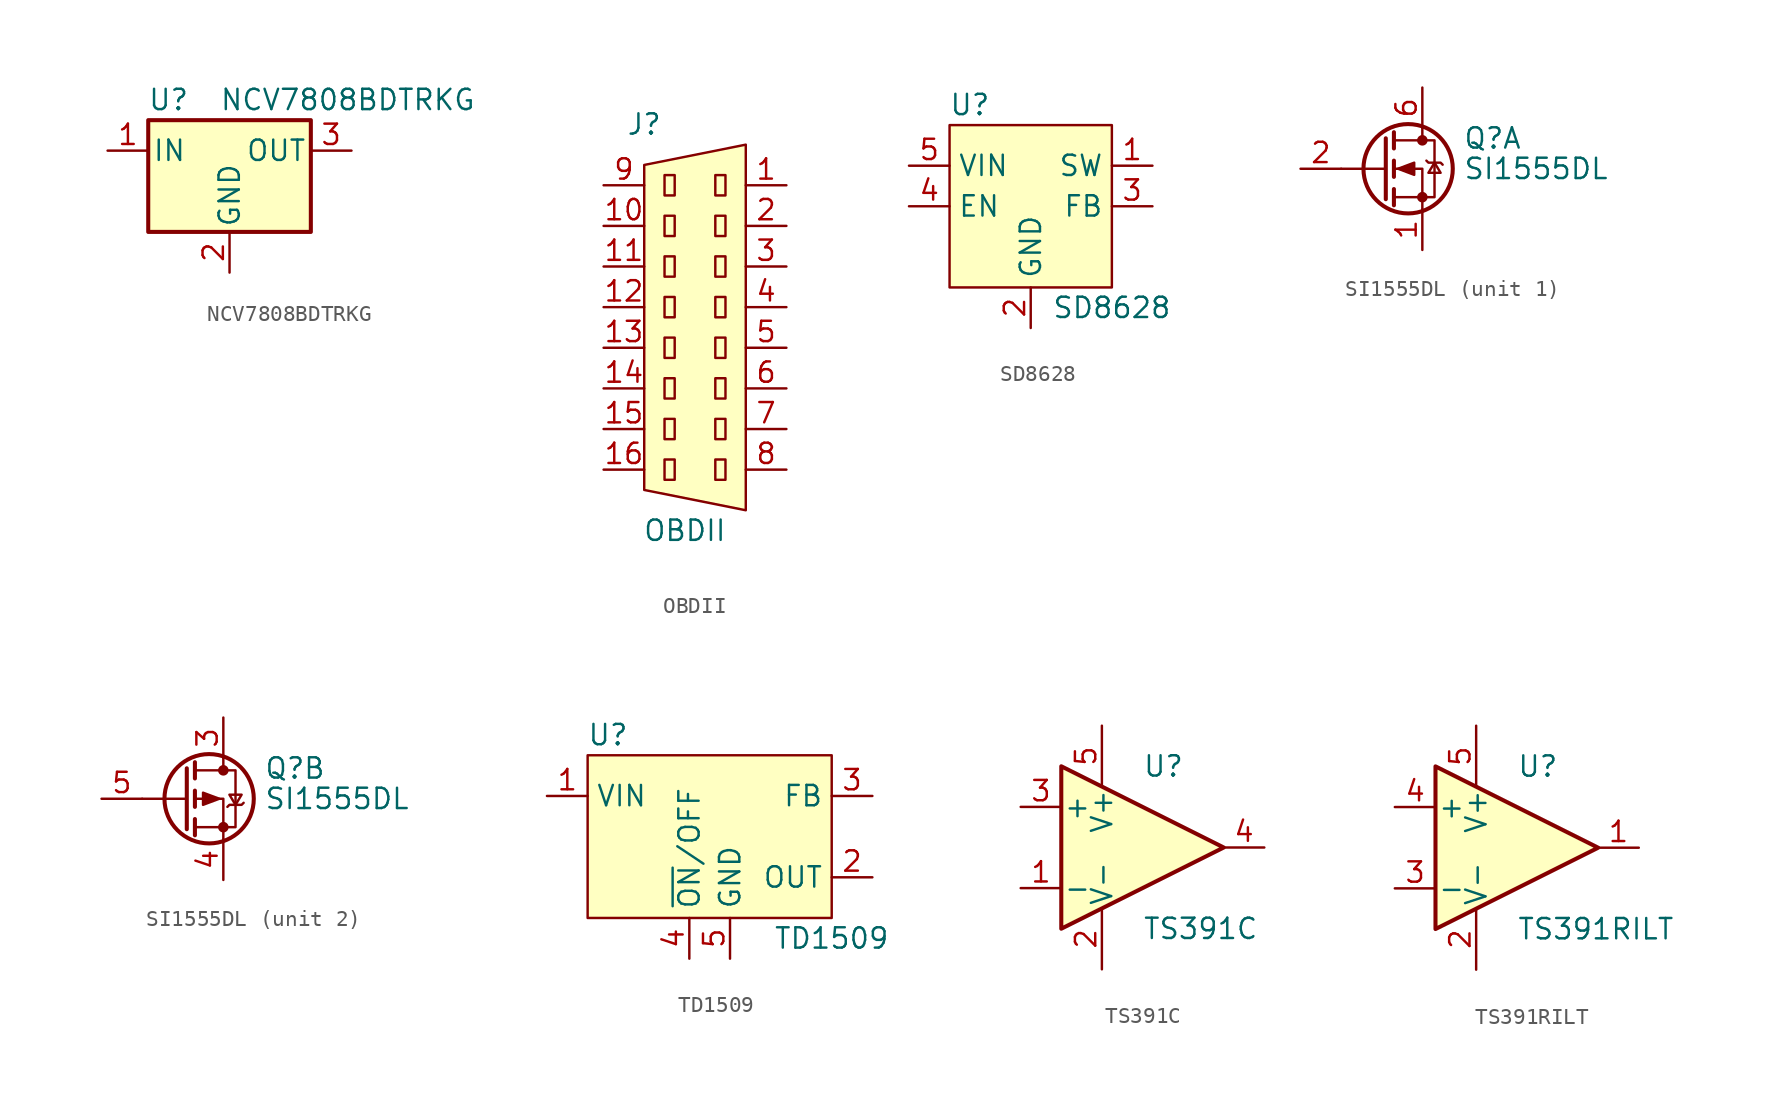
<source format=kicad_sym>
(kicad_symbol_lib
  (version 20211014)
  (generator kicad_symbol_editor)
  (symbol "NCV7808BDTRKG"
    (pin_names
      (offset 0.254))
    (property "Reference" "U"
      (at -3.81 3.175 0)
      (effects (font (size 1.27 1.27))))
    (property "Value" "NCV7808BDTRKG"
      (at -0.635 3.175 0)
      (effects (font (size 1.27 1.27)) (justify left)))
    (symbol "NCV7808BDTRKG_0_1"
      (rectangle (start -5.08 1.905) (end 5.08 -5.08) (stroke (width 0.254) (type default) (color 0 0 0 0)) (fill (type background))))
    (symbol "NCV7808BDTRKG_1_1"
      (pin power_in line (at -7.62 0 0) (length 2.54) (name "IN" (effects (font (size 1.27 1.27)))) (number "1" (effects (font (size 1.27 1.27)))))
      (pin power_in line (at 0 -7.62 90) (length 2.54) (name "GND" (effects (font (size 1.27 1.27)))) (number "2" (effects (font (size 1.27 1.27)))))
      (pin power_out line (at 7.62 0 180) (length 2.54) (name "OUT" (effects (font (size 1.27 1.27)))) (number "3" (effects (font (size 1.27 1.27)))))))
  (symbol "OBDII"
    (property "Reference" "J"
      (at -1.27 16.51 0)
      (effects (font (size 1.27 1.27))))
    (property "Value" "OBDII"
      (at 1.27 -8.89 0)
      (effects (font (size 1.27 1.27))))
    (symbol "OBDII_0_1"
      (rectangle (start 0 -4.445) (end 0.635 -5.715) (stroke (width 0) (type default) (color 0 0 0 0)) (fill (type none)))
      (rectangle (start 0 -1.905) (end 0.635 -3.175) (stroke (width 0) (type default) (color 0 0 0 0)) (fill (type none)))
      (polyline (pts (xy -1.27 13.97) (xy -1.27 -6.35) (xy 5.08 -7.62) (xy 5.08 15.24) (xy -1.27 13.97)) (stroke (width 0) (type default) (color 0 0 0 0)) (fill (type background)))
      (rectangle (start 0 0.635) (end 0.635 -0.635) (stroke (width 0) (type default) (color 0 0 0 0)) (fill (type none)))
      (rectangle (start 0 3.175) (end 0.635 1.905) (stroke (width 0) (type default) (color 0 0 0 0)) (fill (type none)))
      (rectangle (start 0 5.715) (end 0.635 4.445) (stroke (width 0) (type default) (color 0 0 0 0)) (fill (type none)))
      (rectangle (start 0 8.255) (end 0.635 6.985) (stroke (width 0) (type default) (color 0 0 0 0)) (fill (type none)))
      (rectangle (start 0 10.795) (end 0.635 9.525) (stroke (width 0) (type default) (color 0 0 0 0)) (fill (type none)))
      (rectangle (start 0 13.335) (end 0.635 12.065) (stroke (width 0) (type default) (color 0 0 0 0)) (fill (type none)))
      (rectangle (start 3.81 -4.445) (end 3.175 -5.715) (stroke (width 0) (type default) (color 0 0 0 0)) (fill (type none)))
      (rectangle (start 3.81 -1.905) (end 3.175 -3.175) (stroke (width 0) (type default) (color 0 0 0 0)) (fill (type none)))
      (rectangle (start 3.81 0.635) (end 3.175 -0.635) (stroke (width 0) (type default) (color 0 0 0 0)) (fill (type none)))
      (rectangle (start 3.81 3.175) (end 3.175 1.905) (stroke (width 0) (type default) (color 0 0 0 0)) (fill (type none)))
      (rectangle (start 3.81 5.715) (end 3.175 4.445) (stroke (width 0) (type default) (color 0 0 0 0)) (fill (type none)))
      (rectangle (start 3.81 8.255) (end 3.175 6.985) (stroke (width 0) (type default) (color 0 0 0 0)) (fill (type none)))
      (rectangle (start 3.81 10.795) (end 3.175 9.525) (stroke (width 0) (type default) (color 0 0 0 0)) (fill (type none)))
      (rectangle (start 3.81 13.335) (end 3.175 12.065) (stroke (width 0) (type default) (color 0 0 0 0)) (fill (type none))))
    (symbol "OBDII_1_1"
      (pin passive line (at 7.62 12.7 180) (length 2.54) (name "" (effects (font (size 1.27 1.27)))) (number "1" (effects (font (size 1.27 1.27)))))
      (pin passive line (at -3.81 10.16 0) (length 2.54) (name "" (effects (font (size 1.27 1.27)))) (number "10" (effects (font (size 1.27 1.27)))))
      (pin passive line (at -3.81 7.62 0) (length 2.54) (name "" (effects (font (size 1.27 1.27)))) (number "11" (effects (font (size 1.27 1.27)))))
      (pin passive line (at -3.81 5.08 0) (length 2.54) (name "" (effects (font (size 1.27 1.27)))) (number "12" (effects (font (size 1.27 1.27)))))
      (pin passive line (at -3.81 2.54 0) (length 2.54) (name "" (effects (font (size 1.27 1.27)))) (number "13" (effects (font (size 1.27 1.27)))))
      (pin passive line (at -3.81 0 0) (length 2.54) (name "" (effects (font (size 1.27 1.27)))) (number "14" (effects (font (size 1.27 1.27)))))
      (pin passive line (at -3.81 -2.54 0) (length 2.54) (name "" (effects (font (size 1.27 1.27)))) (number "15" (effects (font (size 1.27 1.27)))))
      (pin passive line (at -3.81 -5.08 0) (length 2.54) (name "" (effects (font (size 1.27 1.27)))) (number "16" (effects (font (size 1.27 1.27)))))
      (pin passive line (at 7.62 10.16 180) (length 2.54) (name "" (effects (font (size 1.27 1.27)))) (number "2" (effects (font (size 1.27 1.27)))))
      (pin passive line (at 7.62 7.62 180) (length 2.54) (name "" (effects (font (size 1.27 1.27)))) (number "3" (effects (font (size 1.27 1.27)))))
      (pin passive line (at 7.62 5.08 180) (length 2.54) (name "" (effects (font (size 1.27 1.27)))) (number "4" (effects (font (size 1.27 1.27)))))
      (pin passive line (at 7.62 2.54 180) (length 2.54) (name "" (effects (font (size 1.27 1.27)))) (number "5" (effects (font (size 1.27 1.27)))))
      (pin passive line (at 7.62 0 180) (length 2.54) (name "" (effects (font (size 1.27 1.27)))) (number "6" (effects (font (size 1.27 1.27)))))
      (pin passive line (at 7.62 -2.54 180) (length 2.54) (name "" (effects (font (size 1.27 1.27)))) (number "7" (effects (font (size 1.27 1.27)))))
      (pin passive line (at 7.62 -5.08 180) (length 2.54) (name "" (effects (font (size 1.27 1.27)))) (number "8" (effects (font (size 1.27 1.27)))))
      (pin passive line (at -3.81 12.7 0) (length 2.54) (name "" (effects (font (size 1.27 1.27)))) (number "9" (effects (font (size 1.27 1.27)))))))
  (symbol "SD8628"
    (property "Reference" "U"
      (at 1.27 11.43 0)
      (effects (font (size 1.27 1.27))))
    (property "Value" "SD8628"
      (at 10.16 -1.27 0)
      (effects (font (size 1.27 1.27))))
    (symbol "SD8628_0_1"
      (rectangle (start 0 0) (end 10.16 10.16) (stroke (width 0) (type default) (color 0 0 0 0)) (fill (type background))))
    (symbol "SD8628_1_1"
      (pin power_out line (at 12.7 7.62 180) (length 2.54) (name "SW" (effects (font (size 1.27 1.27)))) (number "1" (effects (font (size 1.27 1.27)))))
      (pin power_in line (at 5.08 -2.54 90) (length 2.54) (name "GND" (effects (font (size 1.27 1.27)))) (number "2" (effects (font (size 1.27 1.27)))))
      (pin input line (at 12.7 5.08 180) (length 2.54) (name "FB" (effects (font (size 1.27 1.27)))) (number "3" (effects (font (size 1.27 1.27)))))
      (pin input line (at -2.54 5.08 0) (length 2.54) (name "EN" (effects (font (size 1.27 1.27)))) (number "4" (effects (font (size 1.27 1.27)))))
      (pin power_in line (at -2.54 7.62 0) (length 2.54) (name "VIN" (effects (font (size 1.27 1.27)))) (number "5" (effects (font (size 1.27 1.27)))))))
  (symbol "SI1555DL"
    (pin_names hide)
    (property "Reference" "Q"
      (at 5.08 1.905 0)
      (effects (font (size 1.27 1.27)) (justify left)))
    (property "Value" "SI1555DL"
      (at 5.08 0 0)
      (effects (font (size 1.27 1.27)) (justify left)))
    (symbol "SI1555DL_0_1"
      (polyline (pts (xy 0.254 0) (xy -2.54 0)) (stroke (width 0) (type default) (color 0 0 0 0)) (fill (type none)))
      (polyline (pts (xy 0.254 1.905) (xy 0.254 -1.905)) (stroke (width 0.254) (type default) (color 0 0 0 0)) (fill (type none)))
      (polyline (pts (xy 0.762 -1.27) (xy 0.762 -2.286)) (stroke (width 0.254) (type default) (color 0 0 0 0)) (fill (type none)))
      (polyline (pts (xy 0.762 0.508) (xy 0.762 -0.508)) (stroke (width 0.254) (type default) (color 0 0 0 0)) (fill (type none)))
      (polyline (pts (xy 0.762 2.286) (xy 0.762 1.27)) (stroke (width 0.254) (type default) (color 0 0 0 0)) (fill (type none)))
      (polyline (pts (xy 2.54 2.54) (xy 2.54 1.778)) (stroke (width 0) (type default) (color 0 0 0 0)) (fill (type none)))
      (polyline (pts (xy 2.54 -2.54) (xy 2.54 0) (xy 0.762 0)) (stroke (width 0) (type default) (color 0 0 0 0)) (fill (type none)))
      (polyline (pts (xy 0.762 -1.778) (xy 3.302 -1.778) (xy 3.302 1.778) (xy 0.762 1.778)) (stroke (width 0) (type default) (color 0 0 0 0)) (fill (type none)))
      (circle (center 1.651 0) (radius 2.794) (stroke (width 0.254) (type default) (color 0 0 0 0)) (fill (type none)))
      (circle (center 2.54 -1.778) (radius 0.254) (stroke (width 0) (type default) (color 0 0 0 0)) (fill (type outline)))
      (circle (center 2.54 1.778) (radius 0.254) (stroke (width 0) (type default) (color 0 0 0 0)) (fill (type outline))))
    (symbol "SI1555DL_1_1"
      (polyline (pts (xy 1.016 0) (xy 2.032 0.381) (xy 2.032 -0.381) (xy 1.016 0)) (stroke (width 0) (type default) (color 0 0 0 0)) (fill (type outline)))
      (polyline (pts (xy 2.794 0.508) (xy 2.921 0.381) (xy 3.683 0.381) (xy 3.81 0.254)) (stroke (width 0) (type default) (color 0 0 0 0)) (fill (type none)))
      (polyline (pts (xy 3.302 0.381) (xy 2.921 -0.254) (xy 3.683 -0.254) (xy 3.302 0.381)) (stroke (width 0) (type default) (color 0 0 0 0)) (fill (type none)))
      (pin passive line (at 2.54 -5.08 90) (length 2.54) (name "S" (effects (font (size 1.27 1.27)))) (number "1" (effects (font (size 1.27 1.27)))))
      (pin input line (at -5.08 0 0) (length 2.54) (name "G" (effects (font (size 1.27 1.27)))) (number "2" (effects (font (size 1.27 1.27)))))
      (pin passive line (at 2.54 5.08 270) (length 2.54) (name "D" (effects (font (size 1.27 1.27)))) (number "6" (effects (font (size 1.27 1.27))))))
    (symbol "SI1555DL_2_1"
      (polyline (pts (xy 2.286 0) (xy 1.27 0.381) (xy 1.27 -0.381) (xy 2.286 0)) (stroke (width 0) (type default) (color 0 0 0 0)) (fill (type outline)))
      (polyline (pts (xy 2.794 -0.508) (xy 2.921 -0.381) (xy 3.683 -0.381) (xy 3.81 -0.254)) (stroke (width 0) (type default) (color 0 0 0 0)) (fill (type none)))
      (polyline (pts (xy 3.302 -0.381) (xy 2.921 0.254) (xy 3.683 0.254) (xy 3.302 -0.381)) (stroke (width 0) (type default) (color 0 0 0 0)) (fill (type none)))
      (pin passive line (at 2.54 5.08 270) (length 2.54) (name "D" (effects (font (size 1.27 1.27)))) (number "3" (effects (font (size 1.27 1.27)))))
      (pin passive line (at 2.54 -5.08 90) (length 2.54) (name "1" (effects (font (size 1.27 1.27)))) (number "4" (effects (font (size 1.27 1.27)))))
      (pin input line (at -5.08 0 0) (length 2.54) (name "G" (effects (font (size 1.27 1.27)))) (number "5" (effects (font (size 1.27 1.27)))))))
  (symbol "TD1509"
    (property "Reference" "U"
      (at -1.27 11.43 0)
      (effects (font (size 1.27 1.27))))
    (property "Value" "TD1509"
      (at 12.7 -1.27 0)
      (effects (font (size 1.27 1.27))))
    (symbol "TD1509_0_1"
      (rectangle (start -2.54 0) (end 12.7 10.16) (stroke (width 0) (type default) (color 0 0 0 0)) (fill (type background))))
    (symbol "TD1509_1_1"
      (pin power_in line (at -5.08 7.62 0) (length 2.54) (name "VIN" (effects (font (size 1.27 1.27)))) (number "1" (effects (font (size 1.27 1.27)))))
      (pin power_out line (at 15.24 2.54 180) (length 2.54) (name "OUT" (effects (font (size 1.27 1.27)))) (number "2" (effects (font (size 1.27 1.27)))))
      (pin input line (at 15.24 7.62 180) (length 2.54) (name "FB" (effects (font (size 1.27 1.27)))) (number "3" (effects (font (size 1.27 1.27)))))
      (pin input line (at 3.81 -2.54 90) (length 2.54) (name "~{ON}/OFF" (effects (font (size 1.27 1.27)))) (number "4" (effects (font (size 1.27 1.27)))))
      (pin power_in line (at 6.35 -2.54 90) (length 2.54) (name "GND" (effects (font (size 1.27 1.27)))) (number "5" (effects (font (size 1.27 1.27)))))))
  (symbol "TS391C"
    (pin_names
      (offset 0.127))
    (property "Reference" "U"
      (at 0 5.08 0)
      (effects (font (size 1.27 1.27)) (justify left)))
    (property "Value" "TS391C"
      (at 0 -5.08 0)
      (effects (font (size 1.27 1.27)) (justify left)))
    (symbol "TS391C_0_1"
      (polyline (pts (xy -5.08 5.08) (xy 5.08 0) (xy -5.08 -5.08) (xy -5.08 5.08)) (stroke (width 0.254) (type default) (color 0 0 0 0)) (fill (type background)))
      (pin power_in line (at -2.54 -7.62 90) (length 3.81) (name "V-" (effects (font (size 1.27 1.27)))) (number "2" (effects (font (size 1.27 1.27)))))
      (pin power_in line (at -2.54 7.62 270) (length 3.81) (name "V+" (effects (font (size 1.27 1.27)))) (number "5" (effects (font (size 1.27 1.27))))))
    (symbol "TS391C_1_1"
      (pin input line (at -7.62 -2.54 0) (length 2.54) (name "-" (effects (font (size 1.27 1.27)))) (number "1" (effects (font (size 1.27 1.27)))))
      (pin input line (at -7.62 2.54 0) (length 2.54) (name "+" (effects (font (size 1.27 1.27)))) (number "3" (effects (font (size 1.27 1.27)))))
      (pin output line (at 7.62 0 180) (length 2.54) (name "~" (effects (font (size 1.27 1.27)))) (number "4" (effects (font (size 1.27 1.27)))))))
  (symbol "TS391RILT"
    (pin_names
      (offset 0.127))
    (property "Reference" "U"
      (at 0 5.08 0)
      (effects (font (size 1.27 1.27)) (justify left)))
    (property "Value" "TS391RILT"
      (at 0 -5.08 0)
      (effects (font (size 1.27 1.27)) (justify left)))
    (symbol "TS391RILT_0_1"
      (polyline (pts (xy -5.08 5.08) (xy 5.08 0) (xy -5.08 -5.08) (xy -5.08 5.08)) (stroke (width 0.254) (type default) (color 0 0 0 0)) (fill (type background)))
      (pin power_in line (at -2.54 -7.62 90) (length 3.81) (name "V-" (effects (font (size 1.27 1.27)))) (number "2" (effects (font (size 1.27 1.27)))))
      (pin power_in line (at -2.54 7.62 270) (length 3.81) (name "V+" (effects (font (size 1.27 1.27)))) (number "5" (effects (font (size 1.27 1.27))))))
    (symbol "TS391RILT_1_1"
      (pin output line (at 7.62 0 180) (length 2.54) (name "~" (effects (font (size 1.27 1.27)))) (number "1" (effects (font (size 1.27 1.27)))))
      (pin input line (at -7.62 -2.54 0) (length 2.54) (name "-" (effects (font (size 1.27 1.27)))) (number "3" (effects (font (size 1.27 1.27)))))
      (pin input line (at -7.62 2.54 0) (length 2.54) (name "+" (effects (font (size 1.27 1.27)))) (number "4" (effects (font (size 1.27 1.27))))))))
</source>
